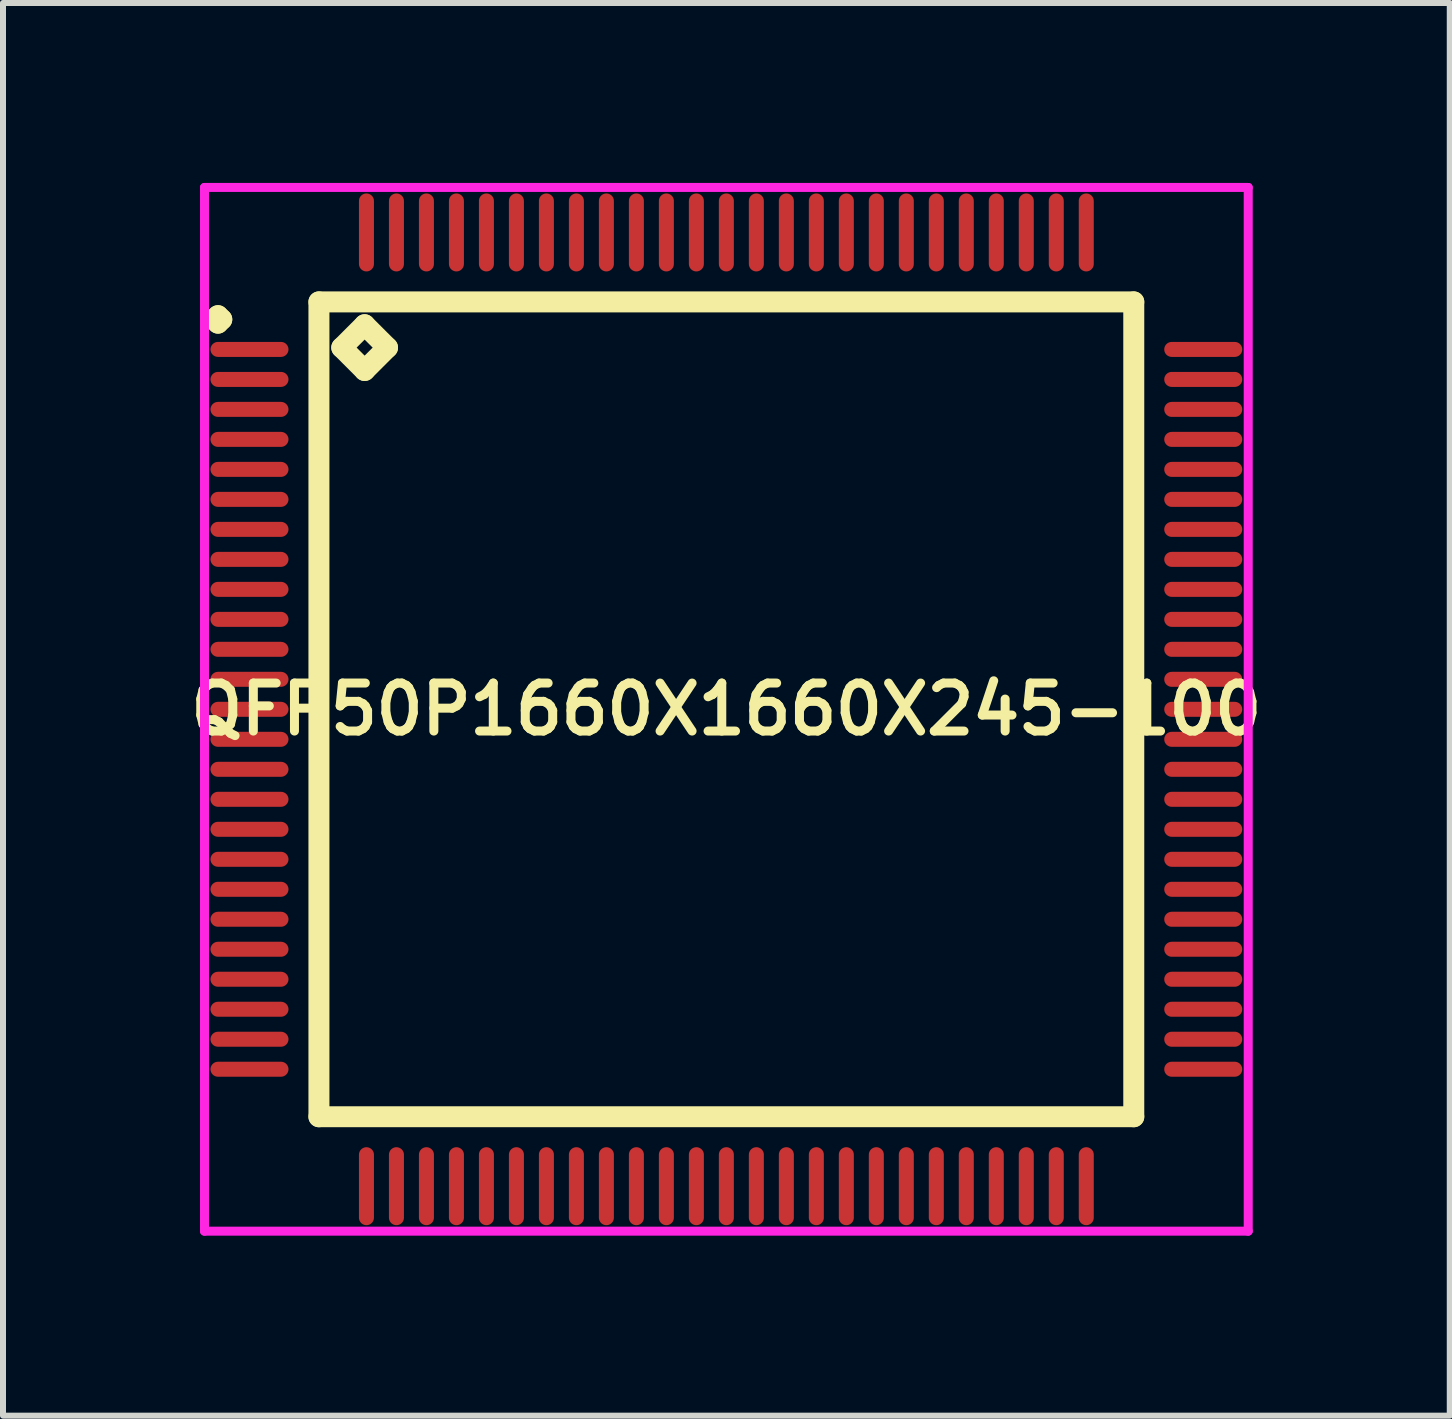
<source format=kicad_pcb>
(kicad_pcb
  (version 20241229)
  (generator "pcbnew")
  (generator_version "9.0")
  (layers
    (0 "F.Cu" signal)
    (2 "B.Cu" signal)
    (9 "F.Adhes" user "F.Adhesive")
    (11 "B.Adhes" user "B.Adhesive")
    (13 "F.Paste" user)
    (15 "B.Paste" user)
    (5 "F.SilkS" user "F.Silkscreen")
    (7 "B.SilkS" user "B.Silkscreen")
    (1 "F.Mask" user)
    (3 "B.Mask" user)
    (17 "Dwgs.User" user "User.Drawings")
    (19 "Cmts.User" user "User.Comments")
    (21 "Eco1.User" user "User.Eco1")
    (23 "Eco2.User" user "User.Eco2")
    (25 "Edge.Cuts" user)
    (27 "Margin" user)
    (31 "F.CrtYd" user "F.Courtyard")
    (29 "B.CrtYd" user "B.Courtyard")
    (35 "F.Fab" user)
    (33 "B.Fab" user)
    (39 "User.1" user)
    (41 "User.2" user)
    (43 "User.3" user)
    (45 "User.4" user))
  (footprint "QFP50P1660X1660X245-100"
    (layer "F.Cu")
    (at 9.059 8.775)
    (property "Reference" "QFP50P1660X1660X245-100" (at 0 0 0) (layer "F.SilkS") (effects (font (size 0.8 0.8) (thickness 0.15))))
    (attr through_hole)
    (fp_line (start -8.537 -6.5) (end -8.475 -6.562) (stroke (width 0.35) (type solid)) (layer "F.SilkS"))
    (fp_line (start -8.475 -6.562) (end -8.412 -6.5) (stroke (width 0.35) (type solid)) (layer "F.SilkS"))
    (fp_line (start -8.475 -6.438) (end -8.537 -6.5) (stroke (width 0.35) (type solid)) (layer "F.SilkS"))
    (fp_line (start -8.412 -6.5) (end -8.475 -6.438) (stroke (width 0.35) (type solid)) (layer "F.SilkS"))
    (fp_line (start -6.792 -6.792) (end -6.792 6.792) (stroke (width 0.35) (type solid)) (layer "F.SilkS"))
    (fp_line (start -6.792 6.792) (end 6.792 6.792) (stroke (width 0.35) (type solid)) (layer "F.SilkS"))
    (fp_line (start -6.411 -6.03) (end -6.03 -6.411) (stroke (width 0.35) (type solid)) (layer "F.SilkS"))
    (fp_line (start -6.03 -6.411) (end -5.649 -6.03) (stroke (width 0.35) (type solid)) (layer "F.SilkS"))
    (fp_line (start -6.03 -5.649) (end -6.411 -6.03) (stroke (width 0.35) (type solid)) (layer "F.SilkS"))
    (fp_line (start -5.649 -6.03) (end -6.03 -5.649) (stroke (width 0.35) (type solid)) (layer "F.SilkS"))
    (fp_line (start 6.792 -6.792) (end -6.792 -6.792) (stroke (width 0.35) (type solid)) (layer "F.SilkS"))
    (fp_line (start 6.792 6.792) (end 6.792 -6.792) (stroke (width 0.35) (type solid)) (layer "F.SilkS"))
    (fp_line (start -8.7 -8.7) (end 8.7 -8.7) (stroke (width 0.15) (type solid)) (layer "F.CrtYd"))
    (fp_line (start -8.7 8.7) (end -8.7 -8.7) (stroke (width 0.15) (type solid)) (layer "F.CrtYd"))
    (fp_line (start 8.7 -8.7) (end 8.7 8.7) (stroke (width 0.15) (type solid)) (layer "F.CrtYd"))
    (fp_line (start 8.7 8.7) (end -8.7 8.7) (stroke (width 0.15) (type solid)) (layer "F.CrtYd"))
    (pad "1" smd oval (at -7.95 -6) (size 1.3 0.25) (layers "F.Cu" "F.Mask" "F.Paste"))
    (pad "2" smd oval (at -7.95 -5.5) (size 1.3 0.25) (layers "F.Cu" "F.Mask" "F.Paste"))
    (pad "3" smd oval (at -7.95 -5) (size 1.3 0.25) (layers "F.Cu" "F.Mask" "F.Paste"))
    (pad "4" smd oval (at -7.95 -4.5) (size 1.3 0.25) (layers "F.Cu" "F.Mask" "F.Paste"))
    (pad "5" smd oval (at -7.95 -4) (size 1.3 0.25) (layers "F.Cu" "F.Mask" "F.Paste"))
    (pad "6" smd oval (at -7.95 -3.5) (size 1.3 0.25) (layers "F.Cu" "F.Mask" "F.Paste"))
    (pad "7" smd oval (at -7.95 -3) (size 1.3 0.25) (layers "F.Cu" "F.Mask" "F.Paste"))
    (pad "8" smd oval (at -7.95 -2.5) (size 1.3 0.25) (layers "F.Cu" "F.Mask" "F.Paste"))
    (pad "9" smd oval (at -7.95 -2) (size 1.3 0.25) (layers "F.Cu" "F.Mask" "F.Paste"))
    (pad "10" smd oval (at -7.95 -1.5) (size 1.3 0.25) (layers "F.Cu" "F.Mask" "F.Paste"))
    (pad "11" smd oval (at -7.95 -1) (size 1.3 0.25) (layers "F.Cu" "F.Mask" "F.Paste"))
    (pad "12" smd oval (at -7.95 -0.5) (size 1.3 0.25) (layers "F.Cu" "F.Mask" "F.Paste"))
    (pad "13" smd oval (at -7.95 0) (size 1.3 0.25) (layers "F.Cu" "F.Mask" "F.Paste"))
    (pad "14" smd oval (at -7.95 0.5) (size 1.3 0.25) (layers "F.Cu" "F.Mask" "F.Paste"))
    (pad "15" smd oval (at -7.95 1) (size 1.3 0.25) (layers "F.Cu" "F.Mask" "F.Paste"))
    (pad "16" smd oval (at -7.95 1.5) (size 1.3 0.25) (layers "F.Cu" "F.Mask" "F.Paste"))
    (pad "17" smd oval (at -7.95 2) (size 1.3 0.25) (layers "F.Cu" "F.Mask" "F.Paste"))
    (pad "18" smd oval (at -7.95 2.5) (size 1.3 0.25) (layers "F.Cu" "F.Mask" "F.Paste"))
    (pad "19" smd oval (at -7.95 3) (size 1.3 0.25) (layers "F.Cu" "F.Mask" "F.Paste"))
    (pad "20" smd oval (at -7.95 3.5) (size 1.3 0.25) (layers "F.Cu" "F.Mask" "F.Paste"))
    (pad "21" smd oval (at -7.95 4) (size 1.3 0.25) (layers "F.Cu" "F.Mask" "F.Paste"))
    (pad "22" smd oval (at -7.95 4.5) (size 1.3 0.25) (layers "F.Cu" "F.Mask" "F.Paste"))
    (pad "23" smd oval (at -7.95 5) (size 1.3 0.25) (layers "F.Cu" "F.Mask" "F.Paste"))
    (pad "24" smd oval (at -7.95 5.5) (size 1.3 0.25) (layers "F.Cu" "F.Mask" "F.Paste"))
    (pad "25" smd oval (at -7.95 6) (size 1.3 0.25) (layers "F.Cu" "F.Mask" "F.Paste"))
    (pad "26" smd oval (at -6 7.95) (size 0.25 1.3) (layers "F.Cu" "F.Mask" "F.Paste"))
    (pad "27" smd oval (at -5.5 7.95) (size 0.25 1.3) (layers "F.Cu" "F.Mask" "F.Paste"))
    (pad "28" smd oval (at -5 7.95) (size 0.25 1.3) (layers "F.Cu" "F.Mask" "F.Paste"))
    (pad "29" smd oval (at -4.5 7.95) (size 0.25 1.3) (layers "F.Cu" "F.Mask" "F.Paste"))
    (pad "30" smd oval (at -4 7.95) (size 0.25 1.3) (layers "F.Cu" "F.Mask" "F.Paste"))
    (pad "31" smd oval (at -3.5 7.95) (size 0.25 1.3) (layers "F.Cu" "F.Mask" "F.Paste"))
    (pad "32" smd oval (at -3 7.95) (size 0.25 1.3) (layers "F.Cu" "F.Mask" "F.Paste"))
    (pad "33" smd oval (at -2.5 7.95) (size 0.25 1.3) (layers "F.Cu" "F.Mask" "F.Paste"))
    (pad "34" smd oval (at -2 7.95) (size 0.25 1.3) (layers "F.Cu" "F.Mask" "F.Paste"))
    (pad "35" smd oval (at -1.5 7.95) (size 0.25 1.3) (layers "F.Cu" "F.Mask" "F.Paste"))
    (pad "36" smd oval (at -1 7.95) (size 0.25 1.3) (layers "F.Cu" "F.Mask" "F.Paste"))
    (pad "37" smd oval (at -0.5 7.95) (size 0.25 1.3) (layers "F.Cu" "F.Mask" "F.Paste"))
    (pad "38" smd oval (at 0 7.95) (size 0.25 1.3) (layers "F.Cu" "F.Mask" "F.Paste"))
    (pad "39" smd oval (at 0.5 7.95) (size 0.25 1.3) (layers "F.Cu" "F.Mask" "F.Paste"))
    (pad "40" smd oval (at 1 7.95) (size 0.25 1.3) (layers "F.Cu" "F.Mask" "F.Paste"))
    (pad "41" smd oval (at 1.5 7.95) (size 0.25 1.3) (layers "F.Cu" "F.Mask" "F.Paste"))
    (pad "42" smd oval (at 2 7.95) (size 0.25 1.3) (layers "F.Cu" "F.Mask" "F.Paste"))
    (pad "43" smd oval (at 2.5 7.95) (size 0.25 1.3) (layers "F.Cu" "F.Mask" "F.Paste"))
    (pad "44" smd oval (at 3 7.95) (size 0.25 1.3) (layers "F.Cu" "F.Mask" "F.Paste"))
    (pad "45" smd oval (at 3.5 7.95) (size 0.25 1.3) (layers "F.Cu" "F.Mask" "F.Paste"))
    (pad "46" smd oval (at 4 7.95) (size 0.25 1.3) (layers "F.Cu" "F.Mask" "F.Paste"))
    (pad "47" smd oval (at 4.5 7.95) (size 0.25 1.3) (layers "F.Cu" "F.Mask" "F.Paste"))
    (pad "48" smd oval (at 5 7.95) (size 0.25 1.3) (layers "F.Cu" "F.Mask" "F.Paste"))
    (pad "49" smd oval (at 5.5 7.95) (size 0.25 1.3) (layers "F.Cu" "F.Mask" "F.Paste"))
    (pad "50" smd oval (at 6 7.95) (size 0.25 1.3) (layers "F.Cu" "F.Mask" "F.Paste"))
    (pad "51" smd oval (at 7.95 6) (size 1.3 0.25) (layers "F.Cu" "F.Mask" "F.Paste"))
    (pad "52" smd oval (at 7.95 5.5) (size 1.3 0.25) (layers "F.Cu" "F.Mask" "F.Paste"))
    (pad "53" smd oval (at 7.95 5) (size 1.3 0.25) (layers "F.Cu" "F.Mask" "F.Paste"))
    (pad "54" smd oval (at 7.95 4.5) (size 1.3 0.25) (layers "F.Cu" "F.Mask" "F.Paste"))
    (pad "55" smd oval (at 7.95 4) (size 1.3 0.25) (layers "F.Cu" "F.Mask" "F.Paste"))
    (pad "56" smd oval (at 7.95 3.5) (size 1.3 0.25) (layers "F.Cu" "F.Mask" "F.Paste"))
    (pad "57" smd oval (at 7.95 3) (size 1.3 0.25) (layers "F.Cu" "F.Mask" "F.Paste"))
    (pad "58" smd oval (at 7.95 2.5) (size 1.3 0.25) (layers "F.Cu" "F.Mask" "F.Paste"))
    (pad "59" smd oval (at 7.95 2) (size 1.3 0.25) (layers "F.Cu" "F.Mask" "F.Paste"))
    (pad "60" smd oval (at 7.95 1.5) (size 1.3 0.25) (layers "F.Cu" "F.Mask" "F.Paste"))
    (pad "61" smd oval (at 7.95 1) (size 1.3 0.25) (layers "F.Cu" "F.Mask" "F.Paste"))
    (pad "62" smd oval (at 7.95 0.5) (size 1.3 0.25) (layers "F.Cu" "F.Mask" "F.Paste"))
    (pad "63" smd oval (at 7.95 0) (size 1.3 0.25) (layers "F.Cu" "F.Mask" "F.Paste"))
    (pad "64" smd oval (at 7.95 -0.5) (size 1.3 0.25) (layers "F.Cu" "F.Mask" "F.Paste"))
    (pad "65" smd oval (at 7.95 -1) (size 1.3 0.25) (layers "F.Cu" "F.Mask" "F.Paste"))
    (pad "66" smd oval (at 7.95 -1.5) (size 1.3 0.25) (layers "F.Cu" "F.Mask" "F.Paste"))
    (pad "67" smd oval (at 7.95 -2) (size 1.3 0.25) (layers "F.Cu" "F.Mask" "F.Paste"))
    (pad "68" smd oval (at 7.95 -2.5) (size 1.3 0.25) (layers "F.Cu" "F.Mask" "F.Paste"))
    (pad "69" smd oval (at 7.95 -3) (size 1.3 0.25) (layers "F.Cu" "F.Mask" "F.Paste"))
    (pad "70" smd oval (at 7.95 -3.5) (size 1.3 0.25) (layers "F.Cu" "F.Mask" "F.Paste"))
    (pad "71" smd oval (at 7.95 -4) (size 1.3 0.25) (layers "F.Cu" "F.Mask" "F.Paste"))
    (pad "72" smd oval (at 7.95 -4.5) (size 1.3 0.25) (layers "F.Cu" "F.Mask" "F.Paste"))
    (pad "73" smd oval (at 7.95 -5) (size 1.3 0.25) (layers "F.Cu" "F.Mask" "F.Paste"))
    (pad "74" smd oval (at 7.95 -5.5) (size 1.3 0.25) (layers "F.Cu" "F.Mask" "F.Paste"))
    (pad "75" smd oval (at 7.95 -6) (size 1.3 0.25) (layers "F.Cu" "F.Mask" "F.Paste"))
    (pad "76" smd oval (at 6 -7.95) (size 0.25 1.3) (layers "F.Cu" "F.Mask" "F.Paste"))
    (pad "77" smd oval (at 5.5 -7.95) (size 0.25 1.3) (layers "F.Cu" "F.Mask" "F.Paste"))
    (pad "78" smd oval (at 5 -7.95) (size 0.25 1.3) (layers "F.Cu" "F.Mask" "F.Paste"))
    (pad "79" smd oval (at 4.5 -7.95) (size 0.25 1.3) (layers "F.Cu" "F.Mask" "F.Paste"))
    (pad "80" smd oval (at 4 -7.95) (size 0.25 1.3) (layers "F.Cu" "F.Mask" "F.Paste"))
    (pad "81" smd oval (at 3.5 -7.95) (size 0.25 1.3) (layers "F.Cu" "F.Mask" "F.Paste"))
    (pad "82" smd oval (at 3 -7.95) (size 0.25 1.3) (layers "F.Cu" "F.Mask" "F.Paste"))
    (pad "83" smd oval (at 2.5 -7.95) (size 0.25 1.3) (layers "F.Cu" "F.Mask" "F.Paste"))
    (pad "84" smd oval (at 2 -7.95) (size 0.25 1.3) (layers "F.Cu" "F.Mask" "F.Paste"))
    (pad "85" smd oval (at 1.5 -7.95) (size 0.25 1.3) (layers "F.Cu" "F.Mask" "F.Paste"))
    (pad "86" smd oval (at 1 -7.95) (size 0.25 1.3) (layers "F.Cu" "F.Mask" "F.Paste"))
    (pad "87" smd oval (at 0.5 -7.95) (size 0.25 1.3) (layers "F.Cu" "F.Mask" "F.Paste"))
    (pad "88" smd oval (at 0 -7.95) (size 0.25 1.3) (layers "F.Cu" "F.Mask" "F.Paste"))
    (pad "89" smd oval (at -0.5 -7.95) (size 0.25 1.3) (layers "F.Cu" "F.Mask" "F.Paste"))
    (pad "90" smd oval (at -1 -7.95) (size 0.25 1.3) (layers "F.Cu" "F.Mask" "F.Paste"))
    (pad "91" smd oval (at -1.5 -7.95) (size 0.25 1.3) (layers "F.Cu" "F.Mask" "F.Paste"))
    (pad "92" smd oval (at -2 -7.95) (size 0.25 1.3) (layers "F.Cu" "F.Mask" "F.Paste"))
    (pad "93" smd oval (at -2.5 -7.95) (size 0.25 1.3) (layers "F.Cu" "F.Mask" "F.Paste"))
    (pad "94" smd oval (at -3 -7.95) (size 0.25 1.3) (layers "F.Cu" "F.Mask" "F.Paste"))
    (pad "95" smd oval (at -3.5 -7.95) (size 0.25 1.3) (layers "F.Cu" "F.Mask" "F.Paste"))
    (pad "96" smd oval (at -4 -7.95) (size 0.25 1.3) (layers "F.Cu" "F.Mask" "F.Paste"))
    (pad "97" smd oval (at -4.5 -7.95) (size 0.25 1.3) (layers "F.Cu" "F.Mask" "F.Paste"))
    (pad "98" smd oval (at -5 -7.95) (size 0.25 1.3) (layers "F.Cu" "F.Mask" "F.Paste"))
    (pad "99" smd oval (at -5.5 -7.95) (size 0.25 1.3) (layers "F.Cu" "F.Mask" "F.Paste"))
    (pad "100" smd oval (at -6 -7.95) (size 0.25 1.3) (layers "F.Cu" "F.Mask" "F.Paste")))
  (gr_rect
    (start -3 -3)
    (end 21.119 20.55)
    (stroke (width 0.1) (type default))
    (fill no)
    (layer "Edge.Cuts")))
</source>
